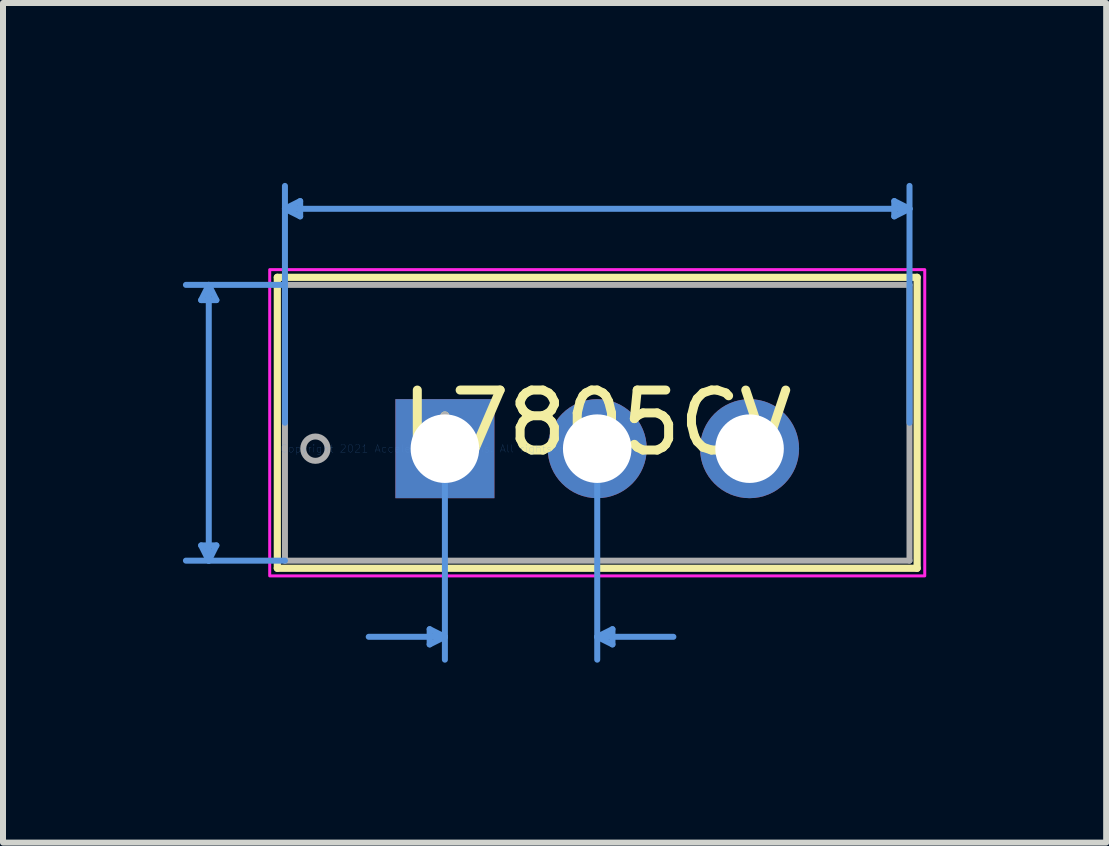
<source format=kicad_pcb>
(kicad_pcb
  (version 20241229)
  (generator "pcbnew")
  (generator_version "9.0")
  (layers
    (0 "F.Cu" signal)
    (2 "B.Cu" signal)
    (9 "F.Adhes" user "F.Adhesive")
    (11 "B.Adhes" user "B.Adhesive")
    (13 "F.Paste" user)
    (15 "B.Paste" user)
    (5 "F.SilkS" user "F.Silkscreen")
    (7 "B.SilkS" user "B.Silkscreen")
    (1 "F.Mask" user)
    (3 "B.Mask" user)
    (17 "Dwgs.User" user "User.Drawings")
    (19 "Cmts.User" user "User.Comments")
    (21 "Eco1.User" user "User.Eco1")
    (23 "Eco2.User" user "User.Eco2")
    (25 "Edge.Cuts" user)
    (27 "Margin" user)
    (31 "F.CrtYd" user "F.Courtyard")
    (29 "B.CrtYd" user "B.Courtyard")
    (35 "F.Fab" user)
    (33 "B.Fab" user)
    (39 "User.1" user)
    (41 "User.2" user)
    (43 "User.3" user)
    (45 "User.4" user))
  (footprint "L7805CV"
    (layer "F.Cu")
    (at 4.368 4.431)
    (property "Reference" "L7805CV" (at 2.54 -0.432 0) (layer "F.SilkS") (effects (font (size 1 1) (thickness 0.15))))
    (attr through_hole)
    (fp_line (start -2.794 -2.857) (end -2.794 1.994) (stroke (width 0.12) (type solid)) (layer "F.SilkS"))
    (fp_line (start -2.794 1.994) (end 7.874 1.994) (stroke (width 0.12) (type solid)) (layer "F.SilkS"))
    (fp_line (start 7.874 -2.857) (end -2.794 -2.857) (stroke (width 0.12) (type solid)) (layer "F.SilkS"))
    (fp_line (start 7.874 1.994) (end 7.874 -2.857) (stroke (width 0.12) (type solid)) (layer "F.SilkS"))
    (fp_line (start -4.064 -2.477) (end -3.81 -2.477) (stroke (width 0.1) (type solid)) (layer "Cmts.User"))
    (fp_line (start -4.064 1.613) (end -3.81 1.613) (stroke (width 0.1) (type solid)) (layer "Cmts.User"))
    (fp_line (start -3.937 -2.731) (end -4.064 -2.477) (stroke (width 0.1) (type solid)) (layer "Cmts.User"))
    (fp_line (start -3.937 -2.731) (end -3.937 1.867) (stroke (width 0.1) (type solid)) (layer "Cmts.User"))
    (fp_line (start -3.937 -2.731) (end -3.81 -2.477) (stroke (width 0.1) (type solid)) (layer "Cmts.User"))
    (fp_line (start -3.937 1.867) (end -4.064 1.613) (stroke (width 0.1) (type solid)) (layer "Cmts.User"))
    (fp_line (start -3.937 1.867) (end -3.81 1.613) (stroke (width 0.1) (type solid)) (layer "Cmts.User"))
    (fp_line (start -2.667 -4) (end -2.413 -4.128) (stroke (width 0.1) (type solid)) (layer "Cmts.User"))
    (fp_line (start -2.667 -4) (end -2.413 -3.873) (stroke (width 0.1) (type solid)) (layer "Cmts.User"))
    (fp_line (start -2.667 -4) (end 7.747 -4) (stroke (width 0.1) (type solid)) (layer "Cmts.User"))
    (fp_line (start -2.667 -2.731) (end -4.318 -2.731) (stroke (width 0.1) (type solid)) (layer "Cmts.User"))
    (fp_line (start -2.667 -0.432) (end -2.667 -4.381) (stroke (width 0.1) (type solid)) (layer "Cmts.User"))
    (fp_line (start -2.667 1.867) (end -4.318 1.867) (stroke (width 0.1) (type solid)) (layer "Cmts.User"))
    (fp_line (start -2.413 -4.128) (end -2.413 -3.873) (stroke (width 0.1) (type solid)) (layer "Cmts.User"))
    (fp_line (start -0.254 3.01) (end -0.254 3.264) (stroke (width 0.1) (type solid)) (layer "Cmts.User"))
    (fp_line (start 0 0) (end 0 3.518) (stroke (width 0.1) (type solid)) (layer "Cmts.User"))
    (fp_line (start 0 3.137) (end -1.27 3.137) (stroke (width 0.1) (type solid)) (layer "Cmts.User"))
    (fp_line (start 0 3.137) (end -0.254 3.01) (stroke (width 0.1) (type solid)) (layer "Cmts.User"))
    (fp_line (start 0 3.137) (end -0.254 3.264) (stroke (width 0.1) (type solid)) (layer "Cmts.User"))
    (fp_line (start 2.54 0) (end 2.54 3.518) (stroke (width 0.1) (type solid)) (layer "Cmts.User"))
    (fp_line (start 2.54 3.137) (end 2.794 3.01) (stroke (width 0.1) (type solid)) (layer "Cmts.User"))
    (fp_line (start 2.54 3.137) (end 2.794 3.264) (stroke (width 0.1) (type solid)) (layer "Cmts.User"))
    (fp_line (start 2.54 3.137) (end 3.81 3.137) (stroke (width 0.1) (type solid)) (layer "Cmts.User"))
    (fp_line (start 2.794 3.01) (end 2.794 3.264) (stroke (width 0.1) (type solid)) (layer "Cmts.User"))
    (fp_line (start 7.493 -4.128) (end 7.493 -3.873) (stroke (width 0.1) (type solid)) (layer "Cmts.User"))
    (fp_line (start 7.747 -4) (end 7.493 -4.128) (stroke (width 0.1) (type solid)) (layer "Cmts.User"))
    (fp_line (start 7.747 -4) (end 7.493 -3.873) (stroke (width 0.1) (type solid)) (layer "Cmts.User"))
    (fp_line (start 7.747 -0.432) (end 7.747 -4.381) (stroke (width 0.1) (type solid)) (layer "Cmts.User"))
    (fp_rect (start -2.921 -2.985) (end 8.001 2.121) (stroke (width 0.05) (type solid)) (fill no) (layer "F.CrtYd"))
    (fp_line (start -2.667 -2.731) (end -2.667 1.867) (stroke (width 0.1) (type solid)) (layer "F.Fab"))
    (fp_line (start -2.667 1.867) (end 7.747 1.867) (stroke (width 0.1) (type solid)) (layer "F.Fab"))
    (fp_line (start -0.254 0) (end 0.254 0) (stroke (width 0.1) (type solid)) (layer "F.Fab"))
    (fp_line (start 0 0.254) (end 0 -0.254) (stroke (width 0.1) (type solid)) (layer "F.Fab"))
    (fp_line (start 7.747 -2.731) (end -2.667 -2.731) (stroke (width 0.1) (type solid)) (layer "F.Fab"))
    (fp_line (start 7.747 1.867) (end 7.747 -2.731) (stroke (width 0.1) (type solid)) (layer "F.Fab"))
    (fp_circle (center -2.159 0) (end -1.956 0) (stroke (width 0.1) (type solid)) (fill no) (layer "F.Fab"))
    (fp_text user "*" (at 0 0 0) (layer "F.SilkS") (effects (font (size 1 1) (thickness 0.15))))
    (fp_text user "Copyright 2021 Accelerated Designs. All rights reserved." (at 0 0 0) (layer "Cmts.User") (effects (font (size 0.127 0.127) (thickness 0.002))))
    (fp_text user "*" (at 0 0 0) (layer "F.Fab") (effects (font (size 1 1) (thickness 0.15))))
    (pad "1" thru_hole rect (at 0 0) (size 1.651 1.651) (drill 1.143) (layers "*.Cu" "*.Mask"))
    (pad "2" thru_hole circle (at 2.54 0) (size 1.651 1.651) (drill 1.143) (layers "*.Cu" "*.Mask"))
    (pad "3" thru_hole circle (at 5.08 0) (size 1.651 1.651) (drill 1.143) (layers "*.Cu" "*.Mask")))
  (gr_rect
    (start -3 -3)
    (end 15.394 10.999)
    (stroke (width 0.1) (type default))
    (fill no)
    (layer "Edge.Cuts")))
</source>
